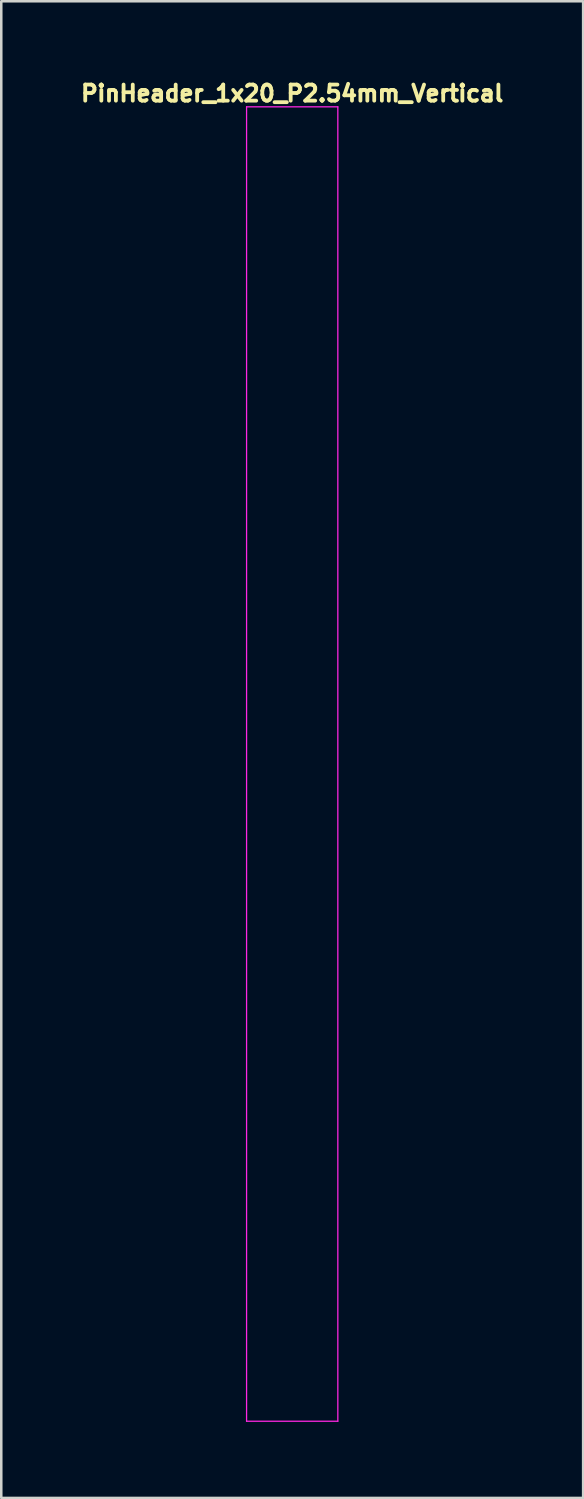
<source format=kicad_pcb>
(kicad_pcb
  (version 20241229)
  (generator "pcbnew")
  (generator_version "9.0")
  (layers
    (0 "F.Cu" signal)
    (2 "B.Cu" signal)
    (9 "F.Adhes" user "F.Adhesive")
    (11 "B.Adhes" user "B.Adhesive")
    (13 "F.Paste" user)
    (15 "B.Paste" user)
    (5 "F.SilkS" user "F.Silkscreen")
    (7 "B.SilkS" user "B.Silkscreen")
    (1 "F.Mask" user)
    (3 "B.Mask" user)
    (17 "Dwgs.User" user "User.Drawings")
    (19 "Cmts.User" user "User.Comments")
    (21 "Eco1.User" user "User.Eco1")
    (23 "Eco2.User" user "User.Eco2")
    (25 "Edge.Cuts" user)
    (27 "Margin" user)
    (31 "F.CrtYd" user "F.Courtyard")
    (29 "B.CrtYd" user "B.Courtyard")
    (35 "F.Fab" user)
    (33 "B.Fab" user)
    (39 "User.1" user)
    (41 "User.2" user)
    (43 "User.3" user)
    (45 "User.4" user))
  (footprint "PinHeader_1x20_P2.54mm_Vertical"
    (layer "F.Cu")
    (at 8.477 2.965)
    (property "Reference" "PinHeader_1x20_P2.54mm_Vertical" (at 0 -2.33 0) (layer "F.SilkS") (effects (font (size 0.635 0.635) (thickness 0.15))))
    (attr through_hole)
    (fp_line (start -1.8 -1.8) (end -1.8 50.05) (stroke (width 0.05) (type solid)) (layer "F.CrtYd"))
    (fp_line (start -1.8 50.05) (end 1.8 50.05) (stroke (width 0.05) (type solid)) (layer "F.CrtYd"))
    (fp_line (start 1.8 -1.8) (end -1.8 -1.8) (stroke (width 0.05) (type solid)) (layer "F.CrtYd"))
    (fp_line (start 1.8 50.05) (end 1.8 -1.8) (stroke (width 0.05) (type solid)) (layer "F.CrtYd")))
  (gr_rect
    (start -3 -3)
    (end 19.954 56.04)
    (stroke (width 0.1) (type default))
    (fill no)
    (layer "Edge.Cuts")))
</source>
